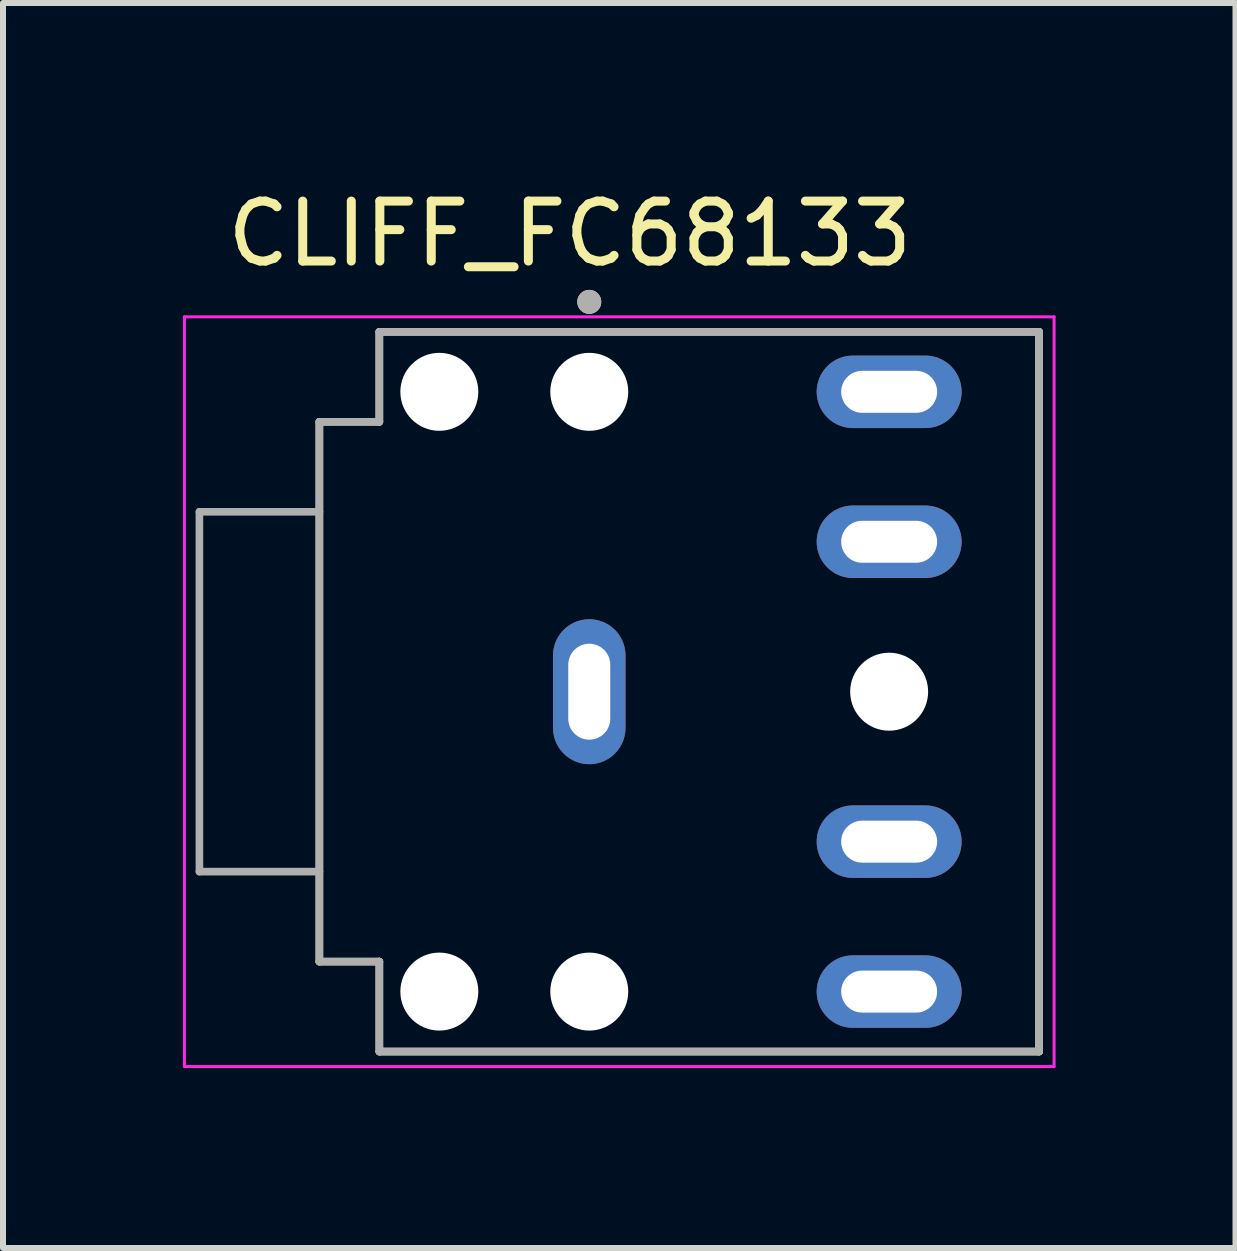
<source format=kicad_pcb>
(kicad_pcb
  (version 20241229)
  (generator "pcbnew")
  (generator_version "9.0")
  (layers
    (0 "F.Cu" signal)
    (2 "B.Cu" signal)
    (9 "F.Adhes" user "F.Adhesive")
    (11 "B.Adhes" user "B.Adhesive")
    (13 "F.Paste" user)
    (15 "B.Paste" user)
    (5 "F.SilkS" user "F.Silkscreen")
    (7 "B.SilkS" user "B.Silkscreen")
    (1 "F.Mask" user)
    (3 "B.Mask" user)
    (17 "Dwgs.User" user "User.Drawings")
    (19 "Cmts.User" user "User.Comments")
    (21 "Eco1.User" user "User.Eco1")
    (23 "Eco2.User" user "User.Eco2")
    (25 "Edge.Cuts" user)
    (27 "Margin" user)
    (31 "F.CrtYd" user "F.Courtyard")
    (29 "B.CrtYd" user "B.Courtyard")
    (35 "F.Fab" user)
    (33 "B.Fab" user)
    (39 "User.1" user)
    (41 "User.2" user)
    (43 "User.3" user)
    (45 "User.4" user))
  (footprint "CLIFF_FC68133"
    (layer "F.Cu")
    (at 6.775 8.483)
    (property "Reference" "CLIFF_FC68133" (at -0.325 -7.635 0) (layer "F.SilkS") (effects (font (size 1 1) (thickness 0.15))))
    (attr through_hole)
    (fp_line (start -4.5 -4.5) (end -4.5 4.5) (stroke (width 0.127) (type solid)) (layer "F.SilkS"))
    (fp_line (start -4.5 4.5) (end -3.5 4.5) (stroke (width 0.127) (type solid)) (layer "F.SilkS"))
    (fp_line (start -3.5 -6) (end -3.5 -4.5) (stroke (width 0.127) (type solid)) (layer "F.SilkS"))
    (fp_line (start -3.5 -4.5) (end -4.5 -4.5) (stroke (width 0.127) (type solid)) (layer "F.SilkS"))
    (fp_line (start -3.5 4.5) (end -3.5 6) (stroke (width 0.127) (type solid)) (layer "F.SilkS"))
    (fp_line (start -3.5 6) (end 7.5 6) (stroke (width 0.127) (type solid)) (layer "F.SilkS"))
    (fp_line (start 7.5 -6) (end -3.5 -6) (stroke (width 0.127) (type solid)) (layer "F.SilkS"))
    (fp_line (start 7.5 -6) (end 7.5 6) (stroke (width 0.127) (type solid)) (layer "F.SilkS"))
    (fp_circle (center 0 -6.5) (end 0.1 -6.5) (stroke (width 0.2) (type solid)) (fill no) (layer "F.SilkS"))
    (fp_line (start -6.75 -6.25) (end 7.75 -6.25) (stroke (width 0.05) (type solid)) (layer "F.CrtYd"))
    (fp_line (start -6.75 6.25) (end -6.75 -6.25) (stroke (width 0.05) (type solid)) (layer "F.CrtYd"))
    (fp_line (start 7.75 -6.25) (end 7.75 6.25) (stroke (width 0.05) (type solid)) (layer "F.CrtYd"))
    (fp_line (start 7.75 6.25) (end -6.75 6.25) (stroke (width 0.05) (type solid)) (layer "F.CrtYd"))
    (fp_line (start -6.5 -3) (end -4.5 -3) (stroke (width 0.127) (type solid)) (layer "F.Fab"))
    (fp_line (start -6.5 3) (end -6.5 -3) (stroke (width 0.127) (type solid)) (layer "F.Fab"))
    (fp_line (start -4.5 -4.5) (end -3.5 -4.5) (stroke (width 0.127) (type solid)) (layer "F.Fab"))
    (fp_line (start -4.5 -3) (end -4.5 -4.5) (stroke (width 0.127) (type solid)) (layer "F.Fab"))
    (fp_line (start -4.5 3) (end -6.5 3) (stroke (width 0.127) (type solid)) (layer "F.Fab"))
    (fp_line (start -4.5 3) (end -4.5 -3) (stroke (width 0.127) (type solid)) (layer "F.Fab"))
    (fp_line (start -4.5 4.5) (end -4.5 3) (stroke (width 0.127) (type solid)) (layer "F.Fab"))
    (fp_line (start -3.5 -6) (end 7.5 -6) (stroke (width 0.127) (type solid)) (layer "F.Fab"))
    (fp_line (start -3.5 -4.5) (end -3.5 -6) (stroke (width 0.127) (type solid)) (layer "F.Fab"))
    (fp_line (start -3.5 4.5) (end -4.5 4.5) (stroke (width 0.127) (type solid)) (layer "F.Fab"))
    (fp_line (start -3.5 6) (end -3.5 4.5) (stroke (width 0.127) (type solid)) (layer "F.Fab"))
    (fp_line (start 7.5 -6) (end 7.5 6) (stroke (width 0.127) (type solid)) (layer "F.Fab"))
    (fp_line (start 7.5 6) (end -3.5 6) (stroke (width 0.127) (type solid)) (layer "F.Fab"))
    (fp_circle (center 0 -6.5) (end 0.1 -6.5) (stroke (width 0.2) (type solid)) (fill no) (layer "F.Fab"))
    (pad "" np_thru_hole circle (at -2.5 -5) (size 1.3 1.3) (drill 1.3) (layers "*.Cu" "*.Mask"))
    (pad "" np_thru_hole circle (at -2.5 5) (size 1.3 1.3) (drill 1.3) (layers "*.Cu" "*.Mask"))
    (pad "" np_thru_hole circle (at 0 -5) (size 1.3 1.3) (drill 1.3) (layers "*.Cu" "*.Mask"))
    (pad "" np_thru_hole circle (at 0 5) (size 1.3 1.3) (drill 1.3) (layers "*.Cu" "*.Mask"))
    (pad "" np_thru_hole circle (at 5 0) (size 1.3 1.3) (drill 1.3) (layers "*.Cu" "*.Mask"))
    (pad "1" thru_hole oval (at 0 0) (size 1.208 2.416) (drill oval 0.7 1.6) (layers "*.Cu" "*.Mask"))
    (pad "2" thru_hole oval (at 5 -5) (size 2.416 1.208) (drill oval 1.6 0.7) (layers "*.Cu" "*.Mask"))
    (pad "3" thru_hole oval (at 5 -2.5) (size 2.416 1.208) (drill oval 1.6 0.7) (layers "*.Cu" "*.Mask"))
    (pad "4" thru_hole oval (at 5 2.5) (size 2.416 1.208) (drill oval 1.6 0.7) (layers "*.Cu" "*.Mask"))
    (pad "5" thru_hole oval (at 5 5) (size 2.416 1.208) (drill oval 1.6 0.7) (layers "*.Cu" "*.Mask")))
  (gr_rect
    (start -3 -3)
    (end 17.55 17.758)
    (stroke (width 0.1) (type default))
    (fill no)
    (layer "Edge.Cuts")))
</source>
